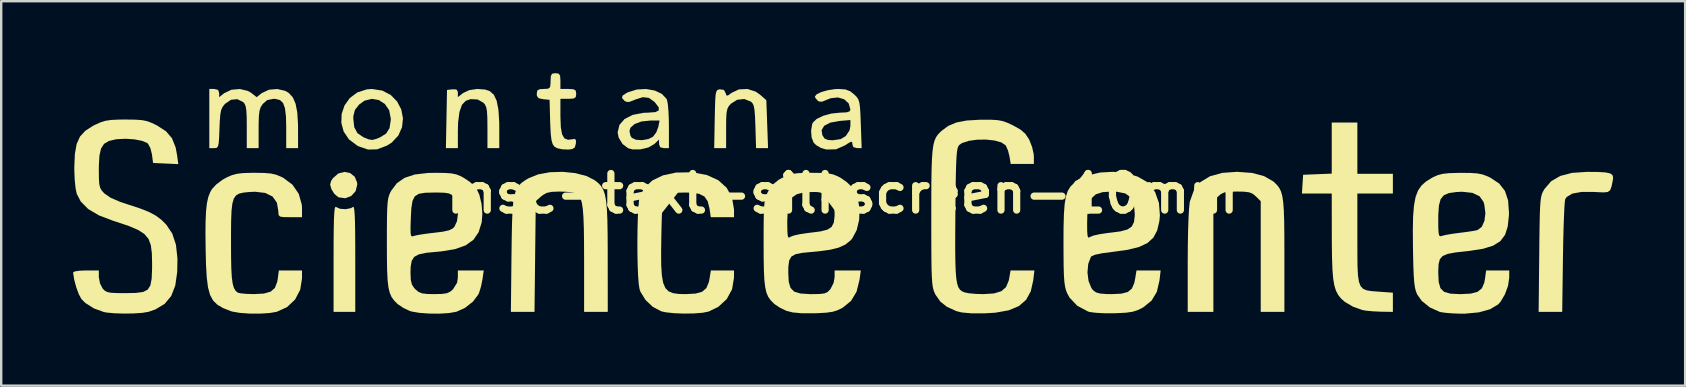
<source format=kicad_pcb>
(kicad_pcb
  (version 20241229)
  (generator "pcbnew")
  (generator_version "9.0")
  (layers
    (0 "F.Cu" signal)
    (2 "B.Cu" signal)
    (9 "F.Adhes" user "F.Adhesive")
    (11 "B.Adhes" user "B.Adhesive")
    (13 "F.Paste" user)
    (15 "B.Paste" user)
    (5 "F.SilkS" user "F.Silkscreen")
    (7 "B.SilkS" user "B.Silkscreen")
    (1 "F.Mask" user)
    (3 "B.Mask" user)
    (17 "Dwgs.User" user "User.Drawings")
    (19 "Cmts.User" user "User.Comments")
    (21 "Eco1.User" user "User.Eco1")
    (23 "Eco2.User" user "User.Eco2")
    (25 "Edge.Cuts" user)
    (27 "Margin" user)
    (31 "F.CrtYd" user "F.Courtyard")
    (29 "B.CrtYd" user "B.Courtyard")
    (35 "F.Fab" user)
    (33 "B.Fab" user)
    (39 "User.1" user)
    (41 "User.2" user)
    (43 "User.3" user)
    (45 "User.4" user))
  (footprint "msc-text-silkscreen-10mm"
    (layer "F.Cu")
    (at 32.058 5.014)
    (property "Reference" "msc-text-silkscreen-10mm" (at 0 0 0) (layer "F.SilkS") (effects (font (size 1.524 1.524) (thickness 0.3))))
    (attr board_only exclude_from_pos_files exclude_from_bom)
    (fp_poly (pts (xy -20.517 -0.852) (xy -20.326 -0.7) (xy -20.227 -0.455) (xy -20.221 -0.37) (xy -20.291 -0.096) (xy -20.472 0.102) (xy -20.719 0.197) (xy -20.991 0.16) (xy -21.017 0.148) (xy -21.177 0.012) (xy -21.296 -0.18) (xy -21.352 -0.371) (xy -21.31 -0.526) (xy -21.232 -0.642) (xy -21.011 -0.834) (xy -20.759 -0.9)) (stroke (width 0) (type solid)) (fill yes) (layer "F.SilkS"))
    (fp_poly (pts (xy -21.109 0.559) (xy -20.94 0.636) (xy -20.703 0.653) (xy -20.485 0.61) (xy -20.402 0.559) (xy -20.372 0.563) (xy -20.348 0.653) (xy -20.33 0.842) (xy -20.317 1.143) (xy -20.309 1.57) (xy -20.305 2.138) (xy -20.304 2.696) (xy -20.304 4.932) (xy -21.208 4.932) (xy -21.208 2.696) (xy -21.206 2.008) (xy -21.201 1.471) (xy -21.192 1.07) (xy -21.178 0.794) (xy -21.159 0.627) (xy -21.134 0.556)) (stroke (width 0) (type solid)) (fill yes) (layer "F.SilkS"))
    (fp_poly (pts (xy -14.893 -4.333) (xy -14.702 -4.268) (xy -14.531 -4.117) (xy -14.411 -3.863) (xy -14.338 -3.489) (xy -14.305 -2.978) (xy -14.303 -2.756) (xy -14.303 -1.891) (xy -14.796 -1.891) (xy -14.796 -2.754) (xy -14.8 -3.151) (xy -14.815 -3.42) (xy -14.846 -3.594) (xy -14.9 -3.71) (xy -14.961 -3.781) (xy -15.205 -3.919) (xy -15.499 -3.933) (xy -15.697 -3.865) (xy -15.856 -3.701) (xy -15.962 -3.402) (xy -16.019 -2.959) (xy -16.029 -2.577) (xy -16.029 -1.891) (xy -16.527 -1.891) (xy -16.504 -3.103) (xy -16.481 -4.316) (xy -16.255 -4.342) (xy -16.089 -4.337) (xy -16.032 -4.248) (xy -16.029 -4.192) (xy -16.029 -4.016) (xy -15.813 -4.186) (xy -15.555 -4.307) (xy -15.223 -4.357)) (stroke (width 0) (type solid)) (fill yes) (layer "F.SilkS"))
    (fp_poly (pts (xy -3.62 -4.247) (xy -3.438 -4.121) (xy -3.174 -3.886) (xy -3.103 -1.891) (xy -3.602 -1.891) (xy -3.63 -2.802) (xy -3.646 -3.21) (xy -3.668 -3.486) (xy -3.702 -3.662) (xy -3.754 -3.768) (xy -3.817 -3.829) (xy -4.093 -3.938) (xy -4.39 -3.906) (xy -4.648 -3.744) (xy -4.741 -3.639) (xy -4.799 -3.524) (xy -4.832 -3.36) (xy -4.847 -3.108) (xy -4.85 -2.732) (xy -4.85 -2.716) (xy -4.85 -1.891) (xy -5.347 -1.891) (xy -5.325 -3.103) (xy -5.315 -3.572) (xy -5.304 -3.902) (xy -5.287 -4.118) (xy -5.259 -4.245) (xy -5.217 -4.309) (xy -5.156 -4.335) (xy -5.111 -4.343) (xy -4.944 -4.318) (xy -4.876 -4.2) (xy -4.838 -4.089) (xy -4.778 -4.082) (xy -4.644 -4.178) (xy -4.624 -4.194) (xy -4.316 -4.339) (xy -3.963 -4.356)) (stroke (width 0) (type solid)) (fill yes) (layer "F.SilkS"))
    (fp_poly (pts (xy 21.454 -0.822) (xy 22.934 -0.822) (xy 22.934 0) (xy 21.454 0) (xy 21.454 1.878) (xy 21.455 2.527) (xy 21.46 3.03) (xy 21.479 3.408) (xy 21.52 3.678) (xy 21.589 3.86) (xy 21.694 3.973) (xy 21.844 4.035) (xy 22.047 4.067) (xy 22.309 4.087) (xy 22.356 4.091) (xy 22.934 4.132) (xy 22.934 4.932) (xy 22.42 4.924) (xy 22.101 4.909) (xy 21.811 4.881) (xy 21.66 4.855) (xy 21.272 4.716) (xy 20.93 4.514) (xy 20.768 4.37) (xy 20.652 4.222) (xy 20.562 4.05) (xy 20.495 3.833) (xy 20.447 3.549) (xy 20.416 3.175) (xy 20.398 2.69) (xy 20.39 2.071) (xy 20.389 1.788) (xy 20.386 0) (xy 19.144 0) (xy 19.194 -0.781) (xy 19.79 -0.805) (xy 20.386 -0.829) (xy 20.386 -2.959) (xy 21.454 -2.959)) (stroke (width 0) (type solid)) (fill yes) (layer "F.SilkS"))
    (fp_poly (pts (xy 17.063 -0.858) (xy 17.57 -0.723) (xy 17.951 -0.504) (xy 17.99 -0.47) (xy 18.107 -0.354) (xy 18.2 -0.232) (xy 18.272 -0.085) (xy 18.326 0.106) (xy 18.364 0.361) (xy 18.389 0.7) (xy 18.404 1.14) (xy 18.411 1.702) (xy 18.413 2.404) (xy 18.413 2.587) (xy 18.413 4.932) (xy 17.427 4.932) (xy 17.427 0.321) (xy 17.225 0.12) (xy 17.095 0.011) (xy 16.946 -0.05) (xy 16.727 -0.077) (xy 16.44 -0.082) (xy 16.119 -0.075) (xy 15.912 -0.045) (xy 15.768 0.022) (xy 15.655 0.12) (xy 15.454 0.321) (xy 15.454 4.932) (xy 14.385 4.932) (xy 14.385 2.84) (xy 14.389 2.193) (xy 14.399 1.602) (xy 14.416 1.09) (xy 14.437 0.682) (xy 14.463 0.404) (xy 14.476 0.326) (xy 14.64 -0.129) (xy 14.916 -0.477) (xy 15.312 -0.719) (xy 15.83 -0.861) (xy 16.444 -0.904)) (stroke (width 0) (type solid)) (fill yes) (layer "F.SilkS"))
    (fp_poly (pts (xy 31.483 -0.898) (xy 31.795 -0.879) (xy 31.988 -0.838) (xy 32.086 -0.768) (xy 32.112 -0.661) (xy 32.097 -0.544) (xy 32.045 -0.29) (xy 31.988 -0.138) (xy 31.889 -0.064) (xy 31.71 -0.046) (xy 31.414 -0.06) (xy 31.318 -0.065) (xy 30.793 -0.066) (xy 30.414 0.003) (xy 30.179 0.142) (xy 30.116 0.234) (xy 30.098 0.349) (xy 30.08 0.606) (xy 30.063 0.983) (xy 30.046 1.456) (xy 30.032 2.003) (xy 30.022 2.602) (xy 30.021 2.651) (xy 29.99 4.932) (xy 29.008 4.932) (xy 29.033 2.528) (xy 29.04 1.836) (xy 29.048 1.289) (xy 29.057 0.866) (xy 29.07 0.548) (xy 29.088 0.314) (xy 29.112 0.146) (xy 29.144 0.022) (xy 29.187 -0.077) (xy 29.24 -0.17) (xy 29.256 -0.195) (xy 29.53 -0.512) (xy 29.907 -0.732) (xy 30.399 -0.86) (xy 31.021 -0.902) (xy 31.031 -0.902)) (stroke (width 0) (type solid)) (fill yes) (layer "F.SilkS"))
    (fp_poly (pts (xy -19.174 -4.288) (xy -18.823 -4.104) (xy -18.558 -3.832) (xy -18.386 -3.499) (xy -18.316 -3.133) (xy -18.355 -2.763) (xy -18.509 -2.417) (xy -18.786 -2.122) (xy -18.991 -1.993) (xy -19.397 -1.841) (xy -19.772 -1.832) (xy -20.164 -1.967) (xy -20.22 -1.995) (xy -20.567 -2.256) (xy -20.787 -2.582) (xy -20.885 -2.946) (xy -20.878 -3.125) (xy -20.386 -3.125) (xy -20.346 -2.765) (xy -20.215 -2.518) (xy -19.972 -2.35) (xy -19.948 -2.339) (xy -19.735 -2.253) (xy -19.589 -2.233) (xy -19.425 -2.277) (xy -19.28 -2.336) (xy -19.02 -2.495) (xy -18.875 -2.726) (xy -18.825 -3.064) (xy -18.824 -3.125) (xy -18.891 -3.47) (xy -19.069 -3.731) (xy -19.323 -3.895) (xy -19.619 -3.945) (xy -19.923 -3.867) (xy -20.145 -3.705) (xy -20.319 -3.483) (xy -20.382 -3.233) (xy -20.386 -3.125) (xy -20.878 -3.125) (xy -20.871 -3.318) (xy -20.75 -3.672) (xy -20.531 -3.979) (xy -20.221 -4.211) (xy -19.826 -4.339) (xy -19.605 -4.356)) (stroke (width 0) (type solid)) (fill yes) (layer "F.SilkS"))
    (fp_poly (pts (xy -11.137 -0.851) (xy -10.669 -0.729) (xy -10.333 -0.558) (xy -10.184 -0.442) (xy -10.065 -0.317) (xy -9.972 -0.163) (xy -9.902 0.038) (xy -9.852 0.305) (xy -9.818 0.657) (xy -9.798 1.113) (xy -9.788 1.69) (xy -9.784 2.409) (xy -9.784 2.61) (xy -9.782 4.932) (xy -10.768 4.932) (xy -10.768 2.766) (xy -10.771 2.03) (xy -10.779 1.442) (xy -10.796 0.982) (xy -10.823 0.635) (xy -10.863 0.381) (xy -10.917 0.205) (xy -10.988 0.087) (xy -11.077 0.011) (xy -11.1 -0.002) (xy -11.259 -0.044) (xy -11.521 -0.073) (xy -11.786 -0.082) (xy -12.104 -0.071) (xy -12.317 -0.029) (xy -12.481 0.06) (xy -12.552 0.116) (xy -12.782 0.314) (xy -12.835 4.932) (xy -13.819 4.932) (xy -13.794 2.569) (xy -13.784 1.814) (xy -13.771 1.204) (xy -13.751 0.722) (xy -13.718 0.348) (xy -13.67 0.064) (xy -13.601 -0.149) (xy -13.508 -0.309) (xy -13.387 -0.435) (xy -13.234 -0.546) (xy -13.087 -0.635) (xy -12.685 -0.797) (xy -12.194 -0.887) (xy -11.661 -0.904)) (stroke (width 0) (type solid)) (fill yes) (layer "F.SilkS"))
    (fp_poly (pts (xy -11.828 -4.996) (xy -11.769 -4.912) (xy -11.755 -4.714) (xy -11.755 -4.685) (xy -11.755 -4.357) (xy -11.426 -4.357) (xy -11.214 -4.345) (xy -11.12 -4.293) (xy -11.097 -4.169) (xy -11.097 -4.151) (xy -11.115 -4.019) (xy -11.2 -3.96) (xy -11.397 -3.946) (xy -11.426 -3.946) (xy -11.755 -3.946) (xy -11.755 -3.212) (xy -11.739 -2.767) (xy -11.686 -2.468) (xy -11.588 -2.298) (xy -11.437 -2.239) (xy -11.285 -2.258) (xy -11.145 -2.275) (xy -11.104 -2.198) (xy -11.112 -2.079) (xy -11.154 -1.921) (xy -11.265 -1.851) (xy -11.426 -1.832) (xy -11.68 -1.842) (xy -11.892 -1.889) (xy -11.896 -1.89) (xy -12.003 -1.953) (xy -12.078 -2.057) (xy -12.128 -2.229) (xy -12.16 -2.497) (xy -12.179 -2.889) (xy -12.186 -3.124) (xy -12.207 -3.905) (xy -12.474 -3.93) (xy -12.662 -3.97) (xy -12.734 -4.067) (xy -12.741 -4.156) (xy -12.719 -4.292) (xy -12.619 -4.347) (xy -12.453 -4.357) (xy -12.269 -4.367) (xy -12.187 -4.428) (xy -12.166 -4.588) (xy -12.166 -4.685) (xy -12.154 -4.897) (xy -12.102 -4.991) (xy -11.978 -5.014) (xy -11.96 -5.014)) (stroke (width 0) (type solid)) (fill yes) (layer "F.SilkS"))
    (fp_poly (pts (xy -26.021 -4.319) (xy -25.975 -4.186) (xy -25.975 -4.016) (xy -25.759 -4.186) (xy -25.462 -4.325) (xy -25.113 -4.355) (xy -24.779 -4.275) (xy -24.63 -4.186) (xy -24.414 -4.016) (xy -24.197 -4.186) (xy -23.902 -4.325) (xy -23.554 -4.355) (xy -23.222 -4.278) (xy -23.071 -4.188) (xy -22.905 -4.005) (xy -22.791 -3.744) (xy -22.721 -3.379) (xy -22.69 -2.888) (xy -22.688 -2.651) (xy -22.687 -1.891) (xy -23.181 -1.891) (xy -23.181 -2.735) (xy -23.192 -3.215) (xy -23.233 -3.553) (xy -23.312 -3.772) (xy -23.44 -3.894) (xy -23.627 -3.942) (xy -23.714 -3.946) (xy -23.978 -3.891) (xy -24.161 -3.729) (xy -24.242 -3.604) (xy -24.293 -3.452) (xy -24.32 -3.233) (xy -24.33 -2.908) (xy -24.331 -2.702) (xy -24.331 -1.891) (xy -24.825 -1.891) (xy -24.825 -2.782) (xy -24.828 -3.189) (xy -24.843 -3.465) (xy -24.873 -3.642) (xy -24.924 -3.753) (xy -24.975 -3.81) (xy -25.218 -3.932) (xy -25.484 -3.906) (xy -25.733 -3.735) (xy -25.735 -3.734) (xy -25.828 -3.618) (xy -25.89 -3.485) (xy -25.927 -3.296) (xy -25.95 -3.01) (xy -25.963 -2.706) (xy -25.977 -2.335) (xy -25.995 -2.098) (xy -26.025 -1.965) (xy -26.075 -1.906) (xy -26.154 -1.891) (xy -26.189 -1.891) (xy -26.386 -1.891) (xy -26.386 -4.357) (xy -26.181 -4.357)) (stroke (width 0) (type solid)) (fill yes) (layer "F.SilkS"))
    (fp_poly (pts (xy -7.826 -4.291) (xy -7.529 -4.153) (xy -7.337 -3.948) (xy -7.312 -3.895) (xy -7.28 -3.729) (xy -7.254 -3.443) (xy -7.238 -3.081) (xy -7.234 -2.789) (xy -7.234 -1.891) (xy -7.439 -1.891) (xy -7.598 -1.927) (xy -7.645 -2.06) (xy -7.645 -2.069) (xy -7.645 -2.248) (xy -7.845 -2.06) (xy -8.091 -1.918) (xy -8.417 -1.84) (xy -8.747 -1.838) (xy -8.931 -1.886) (xy -9.167 -2.064) (xy -9.329 -2.331) (xy -9.371 -2.548) (xy -9.357 -2.604) (xy -8.878 -2.604) (xy -8.837 -2.411) (xy -8.779 -2.318) (xy -8.604 -2.239) (xy -8.35 -2.224) (xy -8.089 -2.27) (xy -7.901 -2.363) (xy -7.761 -2.547) (xy -7.676 -2.774) (xy -7.624 -3.041) (xy -8.008 -3.041) (xy -8.376 -3.003) (xy -8.662 -2.898) (xy -8.837 -2.741) (xy -8.878 -2.604) (xy -9.357 -2.604) (xy -9.296 -2.858) (xy -9.082 -3.104) (xy -8.746 -3.276) (xy -8.304 -3.362) (xy -8.099 -3.37) (xy -7.8 -3.392) (xy -7.655 -3.464) (xy -7.661 -3.594) (xy -7.811 -3.79) (xy -7.846 -3.826) (xy -8.071 -3.986) (xy -8.321 -4.015) (xy -8.634 -3.916) (xy -8.681 -3.895) (xy -8.889 -3.815) (xy -9.022 -3.824) (xy -9.084 -3.864) (xy -9.189 -3.982) (xy -9.165 -4.08) (xy -9.001 -4.188) (xy -8.927 -4.224) (xy -8.566 -4.335) (xy -8.186 -4.355)) (stroke (width 0) (type solid)) (fill yes) (layer "F.SilkS"))
    (fp_poly (pts (xy 0.12 -4.337) (xy 0.323 -4.259) (xy 0.485 -4.131) (xy 0.586 -4.03) (xy 0.655 -3.929) (xy 0.7 -3.796) (xy 0.728 -3.596) (xy 0.747 -3.296) (xy 0.762 -2.898) (xy 0.798 -1.891) (xy 0.605 -1.891) (xy 0.449 -1.935) (xy 0.411 -2.053) (xy 0.401 -2.146) (xy 0.347 -2.156) (xy 0.212 -2.079) (xy 0.112 -2.011) (xy -0.271 -1.842) (xy -0.675 -1.834) (xy -0.897 -1.898) (xy -1.095 -2.015) (xy -1.202 -2.119) (xy -1.287 -2.331) (xy -1.309 -2.613) (xy -1.305 -2.641) (xy -0.873 -2.641) (xy -0.839 -2.428) (xy -0.748 -2.291) (xy -0.605 -2.231) (xy -0.398 -2.219) (xy -0.072 -2.268) (xy 0.139 -2.398) (xy 0.295 -2.637) (xy 0.329 -2.819) (xy 0.329 -3.062) (xy -0.128 -3.024) (xy -0.511 -2.954) (xy -0.762 -2.824) (xy -0.873 -2.641) (xy -1.305 -2.641) (xy -1.267 -2.879) (xy -1.235 -2.955) (xy -1.077 -3.108) (xy -0.802 -3.24) (xy -0.46 -3.333) (xy -0.098 -3.37) (xy -0.081 -3.37) (xy 0.174 -3.383) (xy 0.3 -3.427) (xy 0.329 -3.499) (xy 0.259 -3.751) (xy 0.075 -3.924) (xy -0.187 -4.003) (xy -0.49 -3.972) (xy -0.654 -3.907) (xy -0.857 -3.824) (xy -0.989 -3.838) (xy -1.033 -3.868) (xy -1.134 -3.988) (xy -1.151 -4.042) (xy -1.076 -4.136) (xy -0.883 -4.228) (xy -0.616 -4.304) (xy -0.32 -4.35) (xy -0.168 -4.357)) (stroke (width 0) (type solid)) (fill yes) (layer "F.SilkS"))
    (fp_poly (pts (xy -6.234 -0.879) (xy -5.648 -0.77) (xy -5.177 -0.554) (xy -4.827 -0.239) (xy -4.606 0.168) (xy -4.522 0.661) (xy -4.521 0.711) (xy -4.521 0.986) (xy -5.489 0.986) (xy -5.543 0.626) (xy -5.618 0.324) (xy -5.753 0.125) (xy -5.977 0.012) (xy -6.318 -0.036) (xy -6.541 -0.041) (xy -6.871 -0.034) (xy -7.084 -0.005) (xy -7.228 0.057) (xy -7.334 0.146) (xy -7.403 0.223) (xy -7.453 0.313) (xy -7.488 0.442) (xy -7.512 0.638) (xy -7.528 0.925) (xy -7.54 1.33) (xy -7.549 1.743) (xy -7.559 2.442) (xy -7.555 2.994) (xy -7.528 3.416) (xy -7.473 3.726) (xy -7.381 3.94) (xy -7.246 4.077) (xy -7.06 4.153) (xy -6.817 4.186) (xy -6.535 4.192) (xy -6.126 4.17) (xy -5.848 4.093) (xy -5.672 3.939) (xy -5.57 3.692) (xy -5.539 3.536) (xy -5.486 3.206) (xy -4.521 3.206) (xy -4.523 3.514) (xy -4.602 3.99) (xy -4.824 4.398) (xy -5.174 4.721) (xy -5.581 4.919) (xy -5.832 4.969) (xy -6.19 4.997) (xy -6.601 5.003) (xy -7.008 4.988) (xy -7.356 4.951) (xy -7.552 4.909) (xy -7.902 4.725) (xy -8.208 4.437) (xy -8.419 4.096) (xy -8.457 3.986) (xy -8.491 3.772) (xy -8.518 3.429) (xy -8.536 2.992) (xy -8.546 2.494) (xy -8.548 1.969) (xy -8.542 1.45) (xy -8.528 0.972) (xy -8.506 0.567) (xy -8.477 0.271) (xy -8.453 0.15) (xy -8.254 -0.238) (xy -7.926 -0.543) (xy -7.482 -0.757) (xy -6.938 -0.873) (xy -6.31 -0.884)) (stroke (width 0) (type solid)) (fill yes) (layer "F.SilkS"))
    (fp_poly (pts (xy -24.099 -0.857) (xy -23.817 -0.833) (xy -23.596 -0.782) (xy -23.385 -0.694) (xy -23.307 -0.656) (xy -22.922 -0.37) (xy -22.658 0.014) (xy -22.531 0.47) (xy -22.523 0.629) (xy -22.523 0.986) (xy -23.016 0.986) (xy -23.289 0.983) (xy -23.437 0.96) (xy -23.497 0.899) (xy -23.509 0.781) (xy -23.509 0.744) (xy -23.569 0.383) (xy -23.749 0.127) (xy -24.053 -0.024) (xy -24.484 -0.074) (xy -24.724 -0.063) (xy -24.959 -0.039) (xy -25.14 0.002) (xy -25.273 0.079) (xy -25.366 0.214) (xy -25.427 0.424) (xy -25.461 0.73) (xy -25.477 1.152) (xy -25.482 1.71) (xy -25.482 2.028) (xy -25.479 2.653) (xy -25.469 3.135) (xy -25.448 3.494) (xy -25.413 3.752) (xy -25.363 3.93) (xy -25.294 4.049) (xy -25.203 4.129) (xy -25.08 4.159) (xy -24.843 4.182) (xy -24.542 4.191) (xy -24.525 4.191) (xy -24.111 4.169) (xy -23.83 4.089) (xy -23.654 3.935) (xy -23.558 3.689) (xy -23.534 3.554) (xy -23.488 3.206) (xy -22.523 3.206) (xy -22.523 3.537) (xy -22.599 4.011) (xy -22.813 4.419) (xy -23.148 4.734) (xy -23.574 4.928) (xy -23.88 4.981) (xy -24.278 5.005) (xy -24.708 5.003) (xy -25.112 4.974) (xy -25.43 4.919) (xy -25.502 4.897) (xy -25.81 4.774) (xy -26.048 4.636) (xy -26.227 4.461) (xy -26.354 4.227) (xy -26.44 3.912) (xy -26.493 3.495) (xy -26.524 2.952) (xy -26.537 2.425) (xy -26.546 1.729) (xy -26.542 1.176) (xy -26.522 0.743) (xy -26.486 0.409) (xy -26.43 0.151) (xy -26.353 -0.05) (xy -26.278 -0.181) (xy -26.098 -0.376) (xy -25.839 -0.571) (xy -25.688 -0.658) (xy -25.462 -0.759) (xy -25.243 -0.82) (xy -24.979 -0.852) (xy -24.617 -0.863) (xy -24.494 -0.863)) (stroke (width 0) (type solid)) (fill yes) (layer "F.SilkS"))
    (fp_poly (pts (xy 6.187 -3.075) (xy 6.466 -3.058) (xy 6.684 -3.016) (xy 6.893 -2.939) (xy 7.11 -2.836) (xy 7.413 -2.666) (xy 7.612 -2.496) (xy 7.759 -2.28) (xy 7.789 -2.223) (xy 7.901 -1.934) (xy 7.967 -1.64) (xy 7.973 -1.544) (xy 7.973 -1.233) (xy 7.008 -1.233) (xy 6.958 -1.543) (xy 6.896 -1.791) (xy 6.81 -1.988) (xy 6.798 -2.006) (xy 6.621 -2.129) (xy 6.331 -2.21) (xy 5.975 -2.248) (xy 5.599 -2.242) (xy 5.251 -2.193) (xy 4.975 -2.1) (xy 4.864 -2.022) (xy 4.826 -1.97) (xy 4.795 -1.885) (xy 4.771 -1.749) (xy 4.752 -1.548) (xy 4.737 -1.262) (xy 4.725 -0.876) (xy 4.716 -0.372) (xy 4.708 0.267) (xy 4.703 0.841) (xy 4.697 1.643) (xy 4.696 2.297) (xy 4.702 2.818) (xy 4.716 3.224) (xy 4.74 3.529) (xy 4.777 3.751) (xy 4.827 3.905) (xy 4.894 4.007) (xy 4.978 4.073) (xy 5.074 4.117) (xy 5.254 4.155) (xy 5.537 4.182) (xy 5.864 4.192) (xy 5.872 4.192) (xy 6.311 4.164) (xy 6.618 4.071) (xy 6.815 3.898) (xy 6.926 3.631) (xy 6.946 3.534) (xy 7.002 3.206) (xy 7.996 3.206) (xy 7.947 3.622) (xy 7.844 4.078) (xy 7.649 4.431) (xy 7.347 4.691) (xy 6.927 4.866) (xy 6.377 4.965) (xy 5.918 4.993) (xy 5.369 4.992) (xy 4.969 4.956) (xy 4.748 4.902) (xy 4.353 4.722) (xy 4.078 4.506) (xy 3.878 4.221) (xy 3.864 4.194) (xy 3.82 4.1) (xy 3.785 3.997) (xy 3.757 3.866) (xy 3.736 3.69) (xy 3.721 3.451) (xy 3.71 3.132) (xy 3.704 2.713) (xy 3.701 2.177) (xy 3.699 1.506) (xy 3.699 0.987) (xy 3.7 0.175) (xy 3.703 -0.49) (xy 3.712 -1.025) (xy 3.727 -1.447) (xy 3.752 -1.773) (xy 3.787 -2.021) (xy 3.835 -2.206) (xy 3.898 -2.347) (xy 3.978 -2.461) (xy 4.077 -2.565) (xy 4.121 -2.606) (xy 4.407 -2.818) (xy 4.746 -2.96) (xy 5.172 -3.042) (xy 5.719 -3.074) (xy 5.795 -3.075)) (stroke (width 0) (type solid)) (fill yes) (layer "F.SilkS"))
    (fp_poly (pts (xy 11.808 -0.849) (xy 12.291 -0.708) (xy 12.683 -0.486) (xy 12.756 -0.422) (xy 13.026 -0.06) (xy 13.186 0.397) (xy 13.226 0.913) (xy 13.203 1.153) (xy 13.112 1.539) (xy 12.954 1.837) (xy 12.71 2.062) (xy 12.36 2.227) (xy 11.885 2.345) (xy 11.316 2.424) (xy 10.838 2.486) (xy 10.522 2.551) (xy 10.364 2.622) (xy 10.352 2.636) (xy 10.239 2.932) (xy 10.207 3.289) (xy 10.252 3.645) (xy 10.371 3.939) (xy 10.444 4.032) (xy 10.563 4.119) (xy 10.732 4.168) (xy 10.996 4.189) (xy 11.22 4.192) (xy 11.621 4.173) (xy 11.891 4.102) (xy 12.06 3.959) (xy 12.159 3.725) (xy 12.195 3.547) (xy 12.25 3.206) (xy 13.257 3.206) (xy 13.208 3.625) (xy 13.097 4.098) (xy 12.881 4.459) (xy 12.544 4.735) (xy 12.49 4.766) (xy 12.289 4.864) (xy 12.082 4.928) (xy 11.822 4.965) (xy 11.461 4.985) (xy 11.303 4.99) (xy 10.913 4.989) (xy 10.566 4.971) (xy 10.311 4.939) (xy 10.234 4.918) (xy 9.782 4.678) (xy 9.463 4.341) (xy 9.363 4.159) (xy 9.311 4.028) (xy 9.273 3.875) (xy 9.245 3.678) (xy 9.226 3.41) (xy 9.215 3.047) (xy 9.21 2.565) (xy 9.208 2.06) (xy 9.211 1.387) (xy 9.215 1.255) (xy 10.193 1.255) (xy 10.196 1.578) (xy 10.211 1.763) (xy 10.242 1.837) (xy 10.295 1.824) (xy 10.316 1.808) (xy 10.451 1.754) (xy 10.704 1.697) (xy 11.028 1.648) (xy 11.157 1.633) (xy 11.586 1.577) (xy 11.876 1.497) (xy 12.054 1.375) (xy 12.146 1.188) (xy 12.177 0.919) (xy 12.178 0.845) (xy 12.143 0.441) (xy 12.018 0.165) (xy 11.786 -0.002) (xy 11.429 -0.075) (xy 11.227 -0.082) (xy 10.837 -0.057) (xy 10.555 0.033) (xy 10.366 0.207) (xy 10.254 0.488) (xy 10.202 0.894) (xy 10.193 1.255) (xy 9.215 1.255) (xy 9.226 0.855) (xy 9.256 0.445) (xy 9.308 0.133) (xy 9.385 -0.103) (xy 9.494 -0.283) (xy 9.638 -0.43) (xy 9.801 -0.55) (xy 10.23 -0.758) (xy 10.735 -0.875) (xy 11.275 -0.905)) (stroke (width 0) (type solid)) (fill yes) (layer "F.SilkS"))
    (fp_poly (pts (xy 26.173 -0.857) (xy 26.459 -0.837) (xy 26.679 -0.792) (xy 26.882 -0.715) (xy 27.005 -0.655) (xy 27.363 -0.416) (xy 27.602 -0.111) (xy 27.735 0.285) (xy 27.771 0.794) (xy 27.768 0.919) (xy 27.72 1.375) (xy 27.607 1.725) (xy 27.41 1.986) (xy 27.109 2.174) (xy 26.687 2.304) (xy 26.124 2.391) (xy 25.996 2.405) (xy 25.536 2.456) (xy 25.216 2.516) (xy 25.009 2.603) (xy 24.892 2.738) (xy 24.839 2.938) (xy 24.825 3.223) (xy 24.825 3.301) (xy 24.843 3.687) (xy 24.915 3.944) (xy 25.068 4.097) (xy 25.328 4.172) (xy 25.722 4.192) (xy 25.761 4.192) (xy 26.179 4.171) (xy 26.465 4.095) (xy 26.644 3.948) (xy 26.743 3.714) (xy 26.772 3.554) (xy 26.819 3.206) (xy 27.784 3.206) (xy 27.782 3.514) (xy 27.731 3.851) (xy 27.6 4.207) (xy 27.421 4.509) (xy 27.319 4.622) (xy 26.983 4.822) (xy 26.517 4.952) (xy 25.943 5.006) (xy 25.78 5.007) (xy 25.434 4.996) (xy 25.125 4.971) (xy 24.912 4.939) (xy 24.887 4.932) (xy 24.474 4.746) (xy 24.137 4.475) (xy 23.95 4.211) (xy 23.896 4.083) (xy 23.855 3.925) (xy 23.825 3.713) (xy 23.803 3.423) (xy 23.787 3.028) (xy 23.775 2.504) (xy 23.771 2.25) (xy 23.765 1.531) (xy 23.774 1.087) (xy 24.825 1.087) (xy 24.827 1.436) (xy 24.84 1.65) (xy 24.867 1.756) (xy 24.917 1.782) (xy 24.968 1.768) (xy 25.118 1.73) (xy 25.378 1.684) (xy 25.693 1.641) (xy 25.716 1.639) (xy 26.032 1.598) (xy 26.298 1.557) (xy 26.458 1.524) (xy 26.464 1.522) (xy 26.639 1.387) (xy 26.75 1.138) (xy 26.789 0.819) (xy 26.745 0.469) (xy 26.709 0.345) (xy 26.544 0.112) (xy 26.246 -0.028) (xy 25.818 -0.074) (xy 25.583 -0.063) (xy 25.272 -0.019) (xy 25.058 0.072) (xy 24.924 0.235) (xy 24.853 0.498) (xy 24.826 0.886) (xy 24.825 1.087) (xy 23.774 1.087) (xy 23.777 0.955) (xy 23.813 0.502) (xy 23.879 0.15) (xy 23.98 -0.121) (xy 24.124 -0.331) (xy 24.314 -0.501) (xy 24.558 -0.652) (xy 24.606 -0.678) (xy 24.8 -0.765) (xy 25.01 -0.82) (xy 25.282 -0.849) (xy 25.661 -0.86) (xy 25.772 -0.861)) (stroke (width 0) (type solid)) (fill yes) (layer "F.SilkS"))
    (fp_poly (pts (xy -29.48 -3.078) (xy -29.2 -3.059) (xy -28.982 -3.016) (xy -28.775 -2.938) (xy -28.566 -2.836) (xy -28.191 -2.594) (xy -27.941 -2.302) (xy -27.789 -1.919) (xy -27.732 -1.616) (xy -27.678 -1.225) (xy -28.204 -1.249) (xy -28.729 -1.274) (xy -28.777 -1.635) (xy -28.84 -1.888) (xy -28.937 -2.07) (xy -28.969 -2.101) (xy -29.185 -2.194) (xy -29.508 -2.257) (xy -29.879 -2.282) (xy -30.241 -2.263) (xy -30.283 -2.257) (xy -30.571 -2.19) (xy -30.771 -2.071) (xy -30.897 -1.875) (xy -30.965 -1.576) (xy -30.989 -1.147) (xy -30.99 -1.01) (xy -30.987 -0.644) (xy -30.972 -0.402) (xy -30.936 -0.242) (xy -30.87 -0.125) (xy -30.764 -0.008) (xy -30.759 -0.004) (xy -30.501 0.176) (xy -30.088 0.354) (xy -29.793 0.451) (xy -29.286 0.616) (xy -28.904 0.767) (xy -28.612 0.923) (xy -28.373 1.103) (xy -28.176 1.301) (xy -27.93 1.67) (xy -27.776 2.136) (xy -27.713 2.715) (xy -27.723 3.265) (xy -27.804 3.832) (xy -27.974 4.271) (xy -28.247 4.598) (xy -28.633 4.83) (xy -28.925 4.931) (xy -29.181 4.973) (xy -29.543 4.997) (xy -29.951 5.003) (xy -30.347 4.99) (xy -30.673 4.959) (xy -30.784 4.937) (xy -31.201 4.785) (xy -31.554 4.559) (xy -31.716 4.396) (xy -31.822 4.2) (xy -31.929 3.911) (xy -32.014 3.597) (xy -32.057 3.329) (xy -32.058 3.284) (xy -31.983 3.244) (xy -31.787 3.216) (xy -31.524 3.206) (xy -30.99 3.206) (xy -30.99 3.484) (xy -30.942 3.741) (xy -30.833 3.957) (xy -30.747 4.047) (xy -30.643 4.104) (xy -30.484 4.135) (xy -30.231 4.149) (xy -29.88 4.151) (xy -29.453 4.143) (xy -29.153 4.104) (xy -28.956 4.008) (xy -28.842 3.831) (xy -28.788 3.549) (xy -28.771 3.137) (xy -28.77 2.92) (xy -28.78 2.486) (xy -28.823 2.15) (xy -28.919 1.892) (xy -29.089 1.689) (xy -29.352 1.518) (xy -29.73 1.357) (xy -30.241 1.184) (xy -30.394 1.136) (xy -30.99 0.909) (xy -31.436 0.644) (xy -31.744 0.332) (xy -31.909 0.015) (xy -31.958 -0.215) (xy -31.994 -0.559) (xy -32.011 -0.967) (xy -32.011 -1.112) (xy -31.988 -1.652) (xy -31.914 -2.063) (xy -31.774 -2.374) (xy -31.553 -2.615) (xy -31.237 -2.818) (xy -31.158 -2.858) (xy -30.925 -2.964) (xy -30.712 -3.031) (xy -30.471 -3.066) (xy -30.149 -3.081) (xy -29.874 -3.083)) (stroke (width 0) (type solid)) (fill yes) (layer "F.SilkS"))
    (fp_poly (pts (xy -0.879 -0.858) (xy -0.6 -0.839) (xy -0.392 -0.796) (xy -0.208 -0.722) (xy -0.085 -0.658) (xy 0.174 -0.478) (xy 0.397 -0.267) (xy 0.462 -0.184) (xy 0.633 0.191) (xy 0.709 0.633) (xy 0.694 1.094) (xy 0.591 1.525) (xy 0.403 1.876) (xy 0.33 1.959) (xy 0.115 2.129) (xy -0.159 2.254) (xy -0.525 2.345) (xy -1.011 2.41) (xy -1.253 2.432) (xy -1.675 2.472) (xy -1.959 2.53) (xy -2.132 2.628) (xy -2.222 2.789) (xy -2.256 3.037) (xy -2.261 3.289) (xy -2.242 3.672) (xy -2.168 3.93) (xy -2.014 4.088) (xy -1.753 4.167) (xy -1.361 4.192) (xy -1.271 4.192) (xy -0.953 4.187) (xy -0.754 4.163) (xy -0.626 4.107) (xy -0.523 4.006) (xy -0.499 3.976) (xy -0.372 3.725) (xy -0.329 3.482) (xy -0.329 3.206) (xy 0.762 3.206) (xy 0.709 3.593) (xy 0.584 4.093) (xy 0.356 4.474) (xy 0.015 4.753) (xy -0.007 4.766) (xy -0.207 4.864) (xy -0.413 4.928) (xy -0.672 4.965) (xy -1.032 4.986) (xy -1.192 4.99) (xy -1.701 4.99) (xy -2.077 4.955) (xy -2.339 4.888) (xy -2.602 4.762) (xy -2.832 4.609) (xy -2.863 4.581) (xy -2.994 4.448) (xy -3.096 4.305) (xy -3.171 4.128) (xy -3.223 3.897) (xy -3.258 3.588) (xy -3.277 3.179) (xy -3.286 2.647) (xy -3.288 2.075) (xy -3.287 1.483) (xy -3.285 1.206) (xy -2.302 1.206) (xy -2.298 1.544) (xy -2.285 1.744) (xy -2.257 1.831) (xy -2.208 1.83) (xy -2.178 1.808) (xy -2.043 1.754) (xy -1.791 1.697) (xy -1.467 1.648) (xy -1.342 1.633) (xy -0.916 1.579) (xy -0.628 1.505) (xy -0.453 1.389) (xy -0.362 1.21) (xy -0.331 0.947) (xy -0.329 0.818) (xy -0.359 0.433) (xy -0.463 0.176) (xy -0.665 0.023) (xy -0.988 -0.053) (xy -1.087 -0.063) (xy -1.545 -0.06) (xy -1.904 0.028) (xy -2.143 0.194) (xy -2.207 0.294) (xy -2.251 0.471) (xy -2.284 0.759) (xy -2.301 1.103) (xy -2.302 1.206) (xy -3.285 1.206) (xy -3.283 1.03) (xy -3.274 0.693) (xy -3.257 0.445) (xy -3.231 0.263) (xy -3.193 0.121) (xy -3.141 -0.005) (xy -3.103 -0.083) (xy -2.919 -0.362) (xy -2.665 -0.569) (xy -2.509 -0.655) (xy -2.294 -0.754) (xy -2.087 -0.816) (xy -1.841 -0.849) (xy -1.505 -0.862) (xy -1.276 -0.863)) (stroke (width 0) (type solid)) (fill yes) (layer "F.SilkS"))
    (fp_poly (pts (xy -16.578 -0.858) (xy -16.3 -0.839) (xy -16.093 -0.796) (xy -15.911 -0.723) (xy -15.79 -0.658) (xy -15.542 -0.493) (xy -15.336 -0.315) (xy -15.277 -0.247) (xy -15.136 0.043) (xy -15.042 0.429) (xy -15.008 0.846) (xy -15.036 1.201) (xy -15.163 1.611) (xy -15.38 1.928) (xy -15.704 2.16) (xy -16.15 2.319) (xy -16.732 2.413) (xy -16.905 2.428) (xy -17.35 2.471) (xy -17.656 2.536) (xy -17.849 2.641) (xy -17.953 2.809) (xy -17.996 3.057) (xy -18.002 3.292) (xy -17.991 3.593) (xy -17.945 3.789) (xy -17.85 3.938) (xy -17.8 3.99) (xy -17.671 4.099) (xy -17.522 4.16) (xy -17.303 4.187) (xy -17.016 4.192) (xy -16.695 4.185) (xy -16.488 4.155) (xy -16.344 4.088) (xy -16.231 3.99) (xy -16.061 3.72) (xy -16.029 3.497) (xy -16.029 3.206) (xy -14.95 3.206) (xy -15.007 3.596) (xy -15.066 3.882) (xy -15.144 4.136) (xy -15.174 4.203) (xy -15.398 4.502) (xy -15.723 4.76) (xy -16.083 4.925) (xy -16.093 4.928) (xy -16.404 4.982) (xy -16.806 5.006) (xy -17.239 5.002) (xy -17.646 4.971) (xy -17.965 4.915) (xy -18.03 4.894) (xy -18.296 4.769) (xy -18.531 4.611) (xy -18.555 4.59) (xy -18.687 4.456) (xy -18.79 4.314) (xy -18.866 4.141) (xy -18.92 3.916) (xy -18.956 3.616) (xy -18.976 3.218) (xy -18.985 2.701) (xy -18.987 2.042) (xy -18.987 2.037) (xy -18.986 1.439) (xy -18.985 1.406) (xy -18.001 1.406) (xy -17.999 1.633) (xy -17.98 1.751) (xy -17.939 1.788) (xy -17.871 1.772) (xy -17.866 1.77) (xy -17.717 1.733) (xy -17.453 1.69) (xy -17.124 1.647) (xy -17.016 1.636) (xy -16.646 1.589) (xy -16.404 1.535) (xy -16.251 1.462) (xy -16.173 1.389) (xy -16.066 1.156) (xy -16.025 0.841) (xy -16.048 0.51) (xy -16.135 0.232) (xy -16.186 0.153) (xy -16.282 0.055) (xy -16.4 -0.003) (xy -16.583 -0.032) (xy -16.875 -0.041) (xy -17.005 -0.041) (xy -17.389 -0.032) (xy -17.653 0.011) (xy -17.822 0.116) (xy -17.919 0.307) (xy -17.967 0.611) (xy -17.99 1.042) (xy -18.001 1.406) (xy -18.985 1.406) (xy -18.982 0.981) (xy -18.973 0.64) (xy -18.957 0.391) (xy -18.932 0.211) (xy -18.896 0.076) (xy -18.847 -0.039) (xy -18.802 -0.123) (xy -18.567 -0.433) (xy -18.248 -0.653) (xy -17.826 -0.792) (xy -17.281 -0.856) (xy -16.974 -0.863)) (stroke (width 0) (type solid)) (fill yes) (layer "F.SilkS")))
  (gr_rect
    (start -3 -3)
    (end 67.171 13.021)
    (stroke (width 0.1) (type default))
    (fill no)
    (layer "Edge.Cuts")))
</source>
